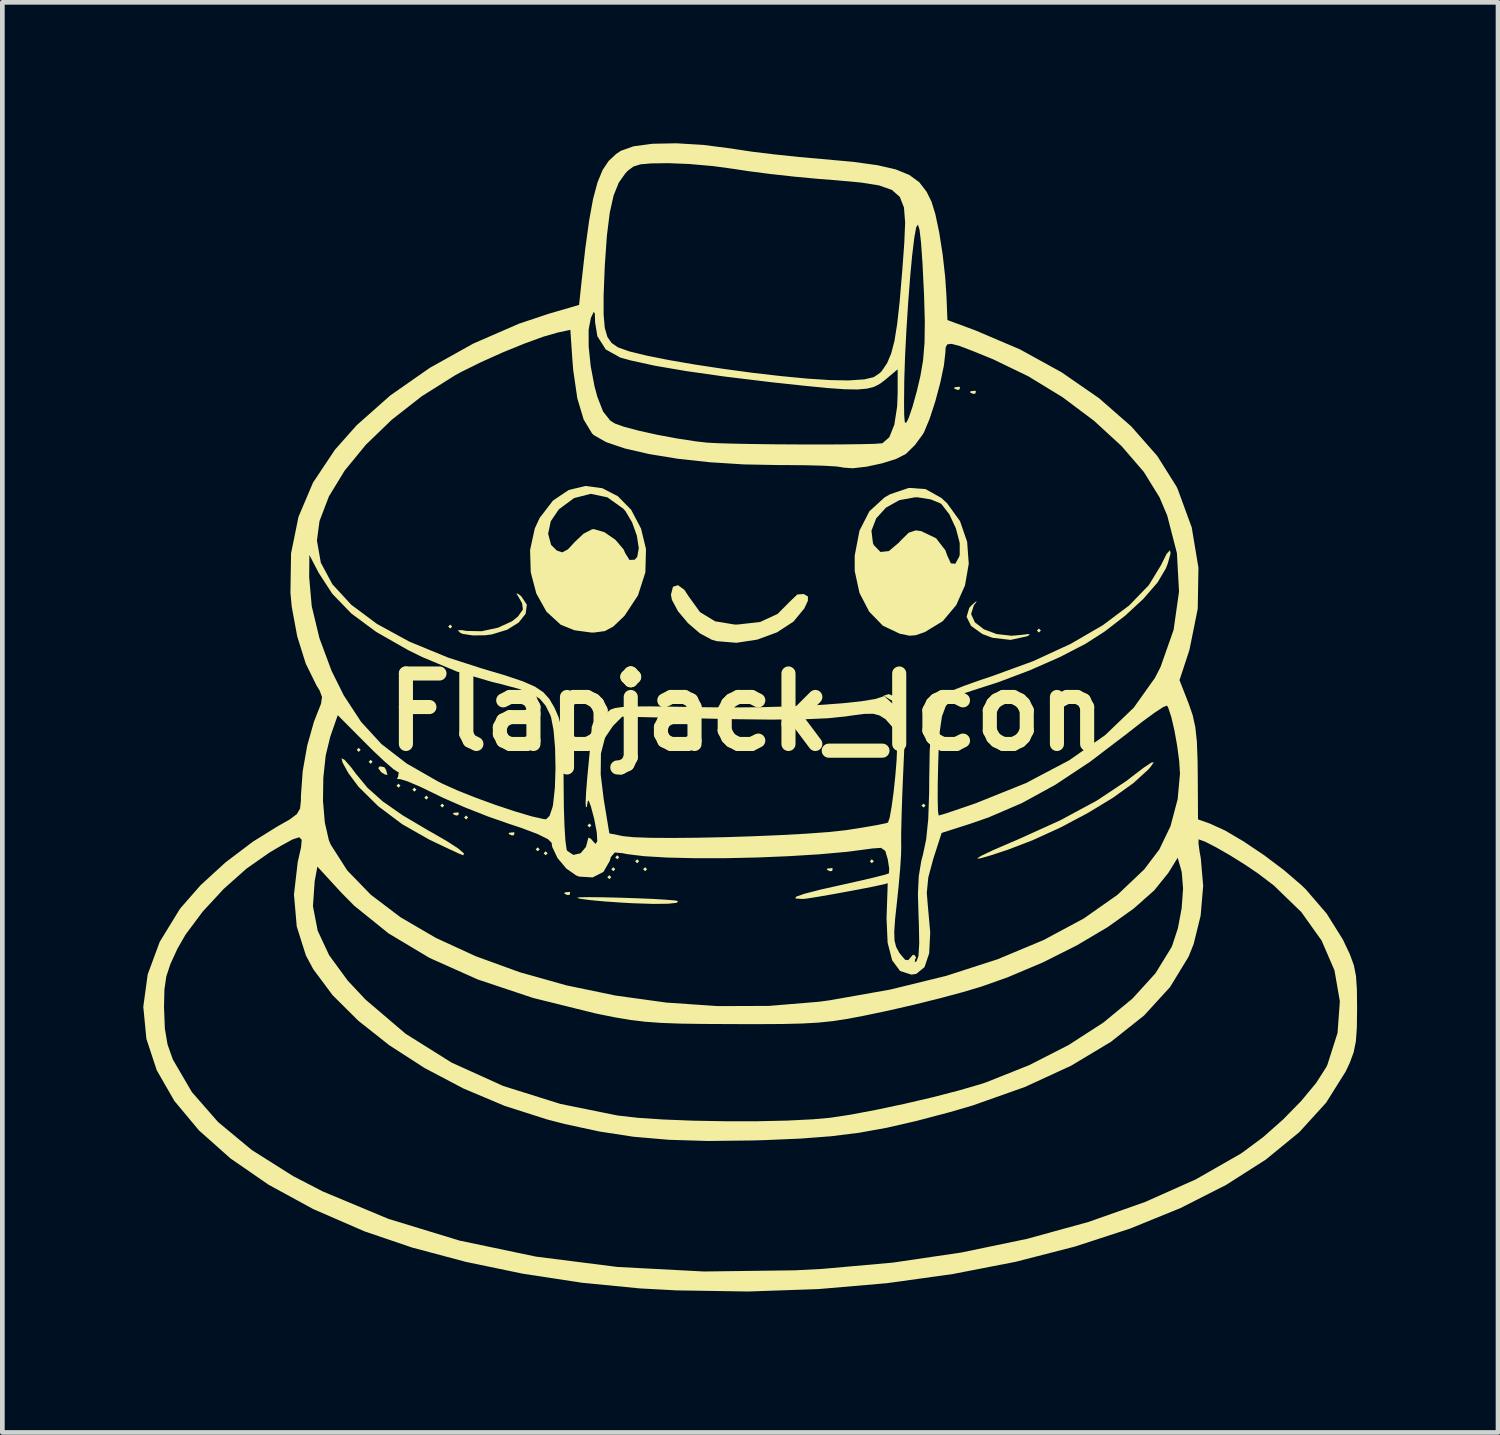
<source format=kicad_pcb>
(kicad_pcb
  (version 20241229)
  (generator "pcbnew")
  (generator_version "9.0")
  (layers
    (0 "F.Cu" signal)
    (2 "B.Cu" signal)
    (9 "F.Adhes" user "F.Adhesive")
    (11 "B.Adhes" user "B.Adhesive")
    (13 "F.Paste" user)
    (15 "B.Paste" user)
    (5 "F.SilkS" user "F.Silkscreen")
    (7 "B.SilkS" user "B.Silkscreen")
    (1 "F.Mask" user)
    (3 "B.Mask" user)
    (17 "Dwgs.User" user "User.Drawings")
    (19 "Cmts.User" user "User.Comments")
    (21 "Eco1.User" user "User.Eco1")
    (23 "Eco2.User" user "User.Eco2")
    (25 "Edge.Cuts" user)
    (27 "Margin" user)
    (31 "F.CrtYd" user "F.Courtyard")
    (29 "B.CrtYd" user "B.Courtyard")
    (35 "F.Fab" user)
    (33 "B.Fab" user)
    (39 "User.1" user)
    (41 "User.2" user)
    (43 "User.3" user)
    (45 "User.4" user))
  (footprint "Flapjack_Icon"
    (layer "F.Cu")
    (at 12.84 12.107)
    (property "Reference" "Flapjack_Icon" (at 0 0 0) (layer "F.SilkS") (effects (font (size 1.5 1.5) (thickness 0.3))))
    (attr board_only exclude_from_pos_files exclude_from_bom)
    (fp_poly (pts (xy -8.213 0.804) (xy -8.255 0.847) (xy -8.297 0.804) (xy -8.255 0.762)) (stroke (width 0) (type solid)) (fill yes) (layer "F.SilkS"))
    (fp_poly (pts (xy -7.959 1.058) (xy -8.001 1.101) (xy -8.043 1.058) (xy -8.001 1.016)) (stroke (width 0) (type solid)) (fill yes) (layer "F.SilkS"))
    (fp_poly (pts (xy -7.366 1.566) (xy -7.408 1.609) (xy -7.451 1.566) (xy -7.408 1.524)) (stroke (width 0) (type solid)) (fill yes) (layer "F.SilkS"))
    (fp_poly (pts (xy -7.027 1.651) (xy -7.07 1.693) (xy -7.112 1.651) (xy -7.07 1.609)) (stroke (width 0) (type solid)) (fill yes) (layer "F.SilkS"))
    (fp_poly (pts (xy -6.773 1.82) (xy -6.816 1.863) (xy -6.858 1.82) (xy -6.816 1.778)) (stroke (width 0) (type solid)) (fill yes) (layer "F.SilkS"))
    (fp_poly (pts (xy -6.435 1.99) (xy -6.477 2.032) (xy -6.519 1.99) (xy -6.477 1.947)) (stroke (width 0) (type solid)) (fill yes) (layer "F.SilkS"))
    (fp_poly (pts (xy -6.265 -1.82) (xy -6.308 -1.778) (xy -6.35 -1.82) (xy -6.308 -1.863)) (stroke (width 0) (type solid)) (fill yes) (layer "F.SilkS"))
    (fp_poly (pts (xy -5.927 2.244) (xy -5.969 2.286) (xy -6.011 2.244) (xy -5.969 2.201)) (stroke (width 0) (type solid)) (fill yes) (layer "F.SilkS"))
    (fp_poly (pts (xy -4.403 2.921) (xy -4.445 2.963) (xy -4.487 2.921) (xy -4.445 2.879)) (stroke (width 0) (type solid)) (fill yes) (layer "F.SilkS"))
    (fp_poly (pts (xy -4.233 3.006) (xy -4.276 3.048) (xy -4.318 3.006) (xy -4.276 2.963)) (stroke (width 0) (type solid)) (fill yes) (layer "F.SilkS"))
    (fp_poly (pts (xy -3.302 2.413) (xy -3.344 2.455) (xy -3.387 2.413) (xy -3.344 2.371)) (stroke (width 0) (type solid)) (fill yes) (layer "F.SilkS"))
    (fp_poly (pts (xy -2.879 3.514) (xy -2.921 3.556) (xy -2.963 3.514) (xy -2.921 3.471)) (stroke (width 0) (type solid)) (fill yes) (layer "F.SilkS"))
    (fp_poly (pts (xy -2.794 3.344) (xy -2.836 3.387) (xy -2.879 3.344) (xy -2.836 3.302)) (stroke (width 0) (type solid)) (fill yes) (layer "F.SilkS"))
    (fp_poly (pts (xy -2.709 3.09) (xy -2.752 3.133) (xy -2.794 3.09) (xy -2.752 3.048)) (stroke (width 0) (type solid)) (fill yes) (layer "F.SilkS"))
    (fp_poly (pts (xy -2.286 3.175) (xy -2.328 3.217) (xy -2.371 3.175) (xy -2.328 3.133)) (stroke (width 0) (type solid)) (fill yes) (layer "F.SilkS"))
    (fp_poly (pts (xy -2.117 3.344) (xy -2.159 3.387) (xy -2.201 3.344) (xy -2.159 3.302)) (stroke (width 0) (type solid)) (fill yes) (layer "F.SilkS"))
    (fp_poly (pts (xy 2.709 3.175) (xy 2.667 3.217) (xy 2.625 3.175) (xy 2.667 3.133)) (stroke (width 0) (type solid)) (fill yes) (layer "F.SilkS"))
    (fp_poly (pts (xy 3.81 1.99) (xy 3.768 2.032) (xy 3.725 1.99) (xy 3.768 1.947)) (stroke (width 0) (type solid)) (fill yes) (layer "F.SilkS"))
    (fp_poly (pts (xy 6.265 -1.736) (xy 6.223 -1.693) (xy 6.181 -1.736) (xy 6.223 -1.778)) (stroke (width 0) (type solid)) (fill yes) (layer "F.SilkS"))
    (fp_poly (pts (xy -6.124 2.145) (xy -6.136 2.195) (xy -6.181 2.201) (xy -6.25 2.17) (xy -6.237 2.145) (xy -6.137 2.135)) (stroke (width 0) (type solid)) (fill yes) (layer "F.SilkS"))
    (fp_poly (pts (xy -4.939 2.568) (xy -4.951 2.619) (xy -4.995 2.625) (xy -5.065 2.594) (xy -5.052 2.568) (xy -4.951 2.558)) (stroke (width 0) (type solid)) (fill yes) (layer "F.SilkS"))
    (fp_poly (pts (xy -3.754 3.838) (xy -3.765 3.889) (xy -3.81 3.895) (xy -3.88 3.864) (xy -3.866 3.838) (xy -3.766 3.828)) (stroke (width 0) (type solid)) (fill yes) (layer "F.SilkS"))
    (fp_poly (pts (xy 1.834 3.33) (xy 1.823 3.381) (xy 1.778 3.387) (xy 1.708 3.356) (xy 1.722 3.33) (xy 1.822 3.32)) (stroke (width 0) (type solid)) (fill yes) (layer "F.SilkS"))
    (fp_poly (pts (xy 4.544 -6.914) (xy 4.532 -6.864) (xy 4.487 -6.858) (xy 4.418 -6.889) (xy 4.431 -6.914) (xy 4.531 -6.925)) (stroke (width 0) (type solid)) (fill yes) (layer "F.SilkS"))
    (fp_poly (pts (xy 4.882 -6.83) (xy 4.871 -6.779) (xy 4.826 -6.773) (xy 4.756 -6.804) (xy 4.77 -6.83) (xy 4.87 -6.84)) (stroke (width 0) (type solid)) (fill yes) (layer "F.SilkS"))
    (fp_poly (pts (xy -7.71 1.172) (xy -7.674 1.228) (xy -7.642 1.337) (xy -7.7 1.327) (xy -7.777 1.279) (xy -7.839 1.192) (xy -7.807 1.154)) (stroke (width 0) (type solid)) (fill yes) (layer "F.SilkS"))
    (fp_poly (pts (xy 3.075 -0.363) (xy 3.219 -0.302) (xy 3.253 -0.298) (xy 3.344 -0.228) (xy 3.372 -0.172) (xy 3.372 -0.105) (xy 3.28 -0.133) (xy 3.167 -0.199) (xy 2.924 -0.347) (xy 2.929 -0.352) (xy 3.028 -0.383)) (stroke (width 0) (type solid)) (fill yes) (layer "F.SilkS"))
    (fp_poly (pts (xy -3.064 3.942) (xy -2.719 3.95) (xy -2.355 3.962) (xy -2.009 3.976) (xy -1.719 3.993) (xy -1.522 4.009) (xy -1.457 4.023) (xy -1.484 4.059) (xy -1.663 4.079) (xy -1.977 4.083) (xy -2.411 4.069) (xy -2.648 4.056) (xy -3.025 4.03) (xy -3.335 4.001) (xy -3.543 3.973) (xy -3.61 3.953) (xy -3.547 3.942) (xy -3.353 3.939)) (stroke (width 0) (type solid)) (fill yes) (layer "F.SilkS"))
    (fp_poly (pts (xy 4.888 -2.34) (xy 4.837 -2.27) (xy 4.78 -2.086) (xy 4.861 -1.91) (xy 5.052 -1.762) (xy 5.322 -1.661) (xy 5.641 -1.625) (xy 5.826 -1.641) (xy 6.005 -1.662) (xy 6.027 -1.643) (xy 5.969 -1.613) (xy 5.62 -1.537) (xy 5.232 -1.582) (xy 5.019 -1.662) (xy 4.78 -1.834) (xy 4.684 -2.028) (xy 4.741 -2.219) (xy 4.791 -2.274) (xy 4.896 -2.366)) (stroke (width 0) (type solid)) (fill yes) (layer "F.SilkS"))
    (fp_poly (pts (xy -4.793 -2.463) (xy -4.676 -2.285) (xy -4.702 -2.092) (xy -4.849 -1.907) (xy -5.095 -1.753) (xy -5.419 -1.654) (xy -5.561 -1.635) (xy -5.829 -1.632) (xy -6.038 -1.664) (xy -6.096 -1.689) (xy -6.146 -1.743) (xy -6.054 -1.744) (xy -5.963 -1.728) (xy -5.64 -1.721) (xy -5.292 -1.796) (xy -4.991 -1.933) (xy -4.864 -2.036) (xy -4.76 -2.184) (xy -4.777 -2.316) (xy -4.822 -2.397) (xy -4.895 -2.522) (xy -4.868 -2.522)) (stroke (width 0) (type solid)) (fill yes) (layer "F.SilkS"))
    (fp_poly (pts (xy 8.596 1.172) (xy 8.551 1.223) (xy 8.237 1.509) (xy 7.798 1.824) (xy 7.269 2.145) (xy 6.687 2.454) (xy 6.088 2.728) (xy 5.552 2.933) (xy 5.181 3.055) (xy 4.966 3.115) (xy 4.906 3.115) (xy 4.999 3.057) (xy 5.243 2.941) (xy 5.638 2.77) (xy 5.757 2.72) (xy 6.68 2.302) (xy 7.459 1.882) (xy 8.082 1.468) (xy 8.17 1.4) (xy 8.451 1.185) (xy 8.619 1.074) (xy 8.668 1.069)) (stroke (width 0) (type solid)) (fill yes) (layer "F.SilkS"))
    (fp_poly (pts (xy -8.557 1.015) (xy -8.42 1.171) (xy -8.317 1.31) (xy -8.066 1.613) (xy -7.741 1.903) (xy -7.314 2.201) (xy -6.757 2.53) (xy -6.71 2.555) (xy -6.371 2.751) (xy -6.133 2.906) (xy -6.014 3.009) (xy -6.029 3.048) (xy -6.032 3.048) (xy -6.117 3.014) (xy -6.318 2.921) (xy -6.599 2.788) (xy -6.757 2.712) (xy -7.327 2.388) (xy -7.841 2.002) (xy -8.26 1.588) (xy -8.477 1.296) (xy -8.598 1.076) (xy -8.621 0.983)) (stroke (width 0) (type solid)) (fill yes) (layer "F.SilkS"))
    (fp_poly (pts (xy -1.323 -2.602) (xy -1.232 -2.463) (xy -0.99 -2.128) (xy -0.671 -1.933) (xy -0.251 -1.863) (xy -0.196 -1.863) (xy 0.289 -1.918) (xy 0.662 -2.09) (xy 0.91 -2.34) (xy 1.08 -2.503) (xy 1.218 -2.513) (xy 1.307 -2.46) (xy 1.306 -2.369) (xy 1.23 -2.206) (xy 0.998 -1.925) (xy 0.649 -1.698) (xy 0.229 -1.543) (xy -0.215 -1.475) (xy -0.635 -1.51) (xy -0.742 -1.541) (xy -0.994 -1.677) (xy -1.246 -1.894) (xy -1.459 -2.147) (xy -1.588 -2.388) (xy -1.609 -2.498) (xy -1.566 -2.667) (xy -1.459 -2.701)) (stroke (width 0) (type solid)) (fill yes) (layer "F.SilkS"))
    (fp_poly (pts (xy -3.071 -4.766) (xy -2.739 -4.595) (xy -2.455 -4.305) (xy -2.245 -3.905) (xy -2.14 -3.472) (xy -2.153 -2.975) (xy -2.31 -2.485) (xy -2.592 -2.057) (xy -2.626 -2.021) (xy -2.836 -1.821) (xy -3.016 -1.724) (xy -3.239 -1.694) (xy -3.31 -1.694) (xy -3.665 -1.742) (xy -3.955 -1.86) (xy -4.259 -2.138) (xy -4.474 -2.524) (xy -4.593 -2.975) (xy -4.607 -3.45) (xy -4.532 -3.795) (xy -4.223 -3.795) (xy -4.16 -3.56) (xy -4.038 -3.438) (xy -3.921 -3.4) (xy -3.802 -3.463) (xy -3.657 -3.62) (xy -3.471 -3.796) (xy -3.29 -3.89) (xy -3.25 -3.895) (xy -3.025 -3.829) (xy -2.79 -3.667) (xy -2.617 -3.463) (xy -2.582 -3.384) (xy -2.491 -3.238) (xy -2.379 -3.244) (xy -2.326 -3.305) (xy -2.293 -3.491) (xy -2.335 -3.757) (xy -2.436 -4.039) (xy -2.577 -4.277) (xy -2.624 -4.33) (xy -2.961 -4.571) (xy -3.315 -4.646) (xy -3.671 -4.555) (xy -3.996 -4.315) (xy -4.167 -4.062) (xy -4.223 -3.795) (xy -4.532 -3.795) (xy -4.507 -3.908) (xy -4.404 -4.132) (xy -4.119 -4.503) (xy -3.785 -4.727) (xy -3.428 -4.813)) (stroke (width 0) (type solid)) (fill yes) (layer "F.SilkS"))
    (fp_poly (pts (xy 3.81 -4.747) (xy 4.145 -4.559) (xy 4.267 -4.448) (xy 4.544 -4.065) (xy 4.696 -3.624) (xy 4.73 -3.156) (xy 4.65 -2.696) (xy 4.464 -2.278) (xy 4.177 -1.936) (xy 3.795 -1.703) (xy 3.783 -1.699) (xy 3.602 -1.636) (xy 3.47 -1.626) (xy 3.288 -1.663) (xy 3.26 -1.669) (xy 2.901 -1.839) (xy 2.61 -2.139) (xy 2.404 -2.537) (xy 2.303 -3.002) (xy 2.302 -3.329) (xy 2.404 -3.86) (xy 2.659 -3.86) (xy 2.691 -3.595) (xy 2.71 -3.554) (xy 2.851 -3.408) (xy 3.029 -3.427) (xy 3.245 -3.609) (xy 3.278 -3.647) (xy 3.45 -3.817) (xy 3.603 -3.868) (xy 3.717 -3.852) (xy 4.036 -3.699) (xy 4.234 -3.442) (xy 4.27 -3.338) (xy 4.349 -3.166) (xy 4.444 -3.157) (xy 4.528 -3.311) (xy 4.538 -3.348) (xy 4.538 -3.6) (xy 4.456 -3.911) (xy 4.318 -4.208) (xy 4.153 -4.422) (xy 4.123 -4.445) (xy 3.922 -4.527) (xy 3.652 -4.57) (xy 3.586 -4.572) (xy 3.252 -4.511) (xy 2.967 -4.351) (xy 2.76 -4.123) (xy 2.659 -3.86) (xy 2.404 -3.86) (xy 2.405 -3.864) (xy 2.616 -4.275) (xy 2.94 -4.571) (xy 3.057 -4.637) (xy 3.455 -4.772)) (stroke (width 0) (type solid)) (fill yes) (layer "F.SilkS"))
    (fp_poly (pts (xy -0.924 -12.073) (xy -0.312 -11.994) (xy -0.254 -11.984) (xy 0.12 -11.928) (xy 0.599 -11.87) (xy 1.123 -11.815) (xy 1.609 -11.772) (xy 2.27 -11.712) (xy 2.785 -11.641) (xy 3.176 -11.551) (xy 3.465 -11.433) (xy 3.677 -11.278) (xy 3.832 -11.077) (xy 3.937 -10.866) (xy 4.021 -10.592) (xy 4.103 -10.2) (xy 4.175 -9.737) (xy 4.229 -9.255) (xy 4.256 -8.85) (xy 4.276 -8.345) (xy 4.868 -8.126) (xy 5.823 -7.719) (xy 6.707 -7.232) (xy 7.501 -6.683) (xy 8.186 -6.084) (xy 8.742 -5.453) (xy 9.15 -4.804) (xy 9.177 -4.748) (xy 9.476 -3.932) (xy 9.619 -3.074) (xy 9.604 -2.199) (xy 9.43 -1.335) (xy 9.39 -1.208) (xy 9.216 -0.68) (xy 9.407 -0.192) (xy 9.496 0.064) (xy 9.553 0.322) (xy 9.586 0.631) (xy 9.601 1.039) (xy 9.604 1.29) (xy 9.61 2.284) (xy 9.858 2.371) (xy 10.183 2.519) (xy 10.584 2.755) (xy 11.018 3.047) (xy 11.441 3.365) (xy 11.807 3.68) (xy 11.904 3.773) (xy 12.348 4.289) (xy 12.691 4.838) (xy 12.709 4.874) (xy 12.843 5.157) (xy 12.927 5.387) (xy 12.973 5.619) (xy 12.992 5.909) (xy 12.996 6.306) (xy 12.991 6.716) (xy 12.97 7.01) (xy 12.923 7.241) (xy 12.84 7.465) (xy 12.754 7.649) (xy 12.337 8.314) (xy 11.766 8.941) (xy 11.052 9.526) (xy 10.206 10.065) (xy 9.239 10.556) (xy 8.163 10.994) (xy 6.988 11.377) (xy 5.727 11.701) (xy 4.39 11.961) (xy 2.988 12.156) (xy 1.533 12.281) (xy 0.037 12.333) (xy -1.491 12.309) (xy -2.271 12.267) (xy -3.507 12.146) (xy -4.757 11.955) (xy -5.976 11.702) (xy -7.119 11.397) (xy -8.13 11.053) (xy -9.22 10.58) (xy -10.172 10.061) (xy -10.985 9.5) (xy -11.655 8.904) (xy -12.178 8.277) (xy -12.553 7.625) (xy -12.774 6.955) (xy -12.84 6.272) (xy -12.839 6.264) (xy -12.399 6.264) (xy -12.398 6.304) (xy -12.381 6.738) (xy -12.324 7.074) (xy -12.217 7.378) (xy -12.203 7.408) (xy -11.805 8.089) (xy -11.248 8.726) (xy -10.531 9.321) (xy -9.652 9.876) (xy -9.018 10.204) (xy -7.622 10.787) (xy -6.109 11.249) (xy -4.484 11.59) (xy -2.75 11.81) (xy -0.91 11.907) (xy 1.031 11.882) (xy 1.609 11.852) (xy 3.114 11.718) (xy 4.573 11.503) (xy 5.967 11.213) (xy 7.276 10.853) (xy 8.482 10.428) (xy 9.565 9.945) (xy 10.506 9.407) (xy 10.567 9.366) (xy 10.994 9.049) (xy 11.418 8.674) (xy 11.807 8.277) (xy 12.125 7.893) (xy 12.34 7.557) (xy 12.365 7.504) (xy 12.58 6.828) (xy 12.629 6.156) (xy 12.515 5.498) (xy 12.24 4.862) (xy 11.809 4.257) (xy 11.223 3.69) (xy 10.884 3.432) (xy 10.597 3.239) (xy 10.289 3.047) (xy 9.998 2.88) (xy 9.765 2.76) (xy 9.63 2.71) (xy 9.624 2.709) (xy 9.619 2.784) (xy 9.644 2.973) (xy 9.669 3.111) (xy 9.72 3.697) (xy 9.666 4.331) (xy 9.518 4.935) (xy 9.409 5.207) (xy 9.015 5.853) (xy 8.462 6.458) (xy 7.758 7.017) (xy 6.91 7.526) (xy 5.924 7.98) (xy 4.808 8.375) (xy 4.328 8.515) (xy 3.611 8.704) (xy 2.983 8.848) (xy 2.397 8.954) (xy 1.802 9.028) (xy 1.151 9.078) (xy 0.395 9.11) (xy 0.127 9.118) (xy -0.822 9.129) (xy -1.651 9.104) (xy -2.404 9.039) (xy -3.128 8.928) (xy -3.868 8.768) (xy -4.243 8.671) (xy -5.148 8.382) (xy -6.023 8.013) (xy -6.849 7.578) (xy -7.603 7.092) (xy -8.264 6.569) (xy -8.811 6.025) (xy -9.222 5.473) (xy -9.378 5.182) (xy -9.574 4.563) (xy -9.611 4.133) (xy -9.229 4.133) (xy -9.128 4.653) (xy -8.884 5.175) (xy -8.489 5.715) (xy -8.11 6.119) (xy -7.256 6.847) (xy -6.279 7.46) (xy -5.18 7.958) (xy -3.963 8.34) (xy -2.743 8.587) (xy -2.319 8.635) (xy -1.768 8.672) (xy -1.132 8.697) (xy -0.453 8.709) (xy 0.227 8.709) (xy 0.865 8.695) (xy 1.421 8.667) (xy 1.78 8.635) (xy 2.22 8.568) (xy 2.764 8.465) (xy 3.362 8.338) (xy 3.963 8.198) (xy 4.516 8.055) (xy 4.971 7.923) (xy 5.101 7.88) (xy 6.019 7.514) (xy 6.856 7.086) (xy 7.594 6.61) (xy 8.216 6.097) (xy 8.704 5.56) (xy 9.041 5.013) (xy 9.061 4.969) (xy 9.182 4.601) (xy 9.262 4.174) (xy 9.292 3.755) (xy 9.264 3.41) (xy 9.249 3.35) (xy 9.177 3.101) (xy 8.979 3.421) (xy 8.681 3.792) (xy 8.24 4.183) (xy 7.683 4.579) (xy 7.033 4.964) (xy 6.315 5.325) (xy 5.553 5.647) (xy 4.995 5.844) (xy 4.607 5.96) (xy 4.11 6.093) (xy 3.564 6.229) (xy 3.027 6.352) (xy 2.921 6.375) (xy 2.498 6.463) (xy 2.148 6.53) (xy 1.835 6.578) (xy 1.523 6.61) (xy 1.176 6.629) (xy 0.758 6.639) (xy 0.234 6.642) (xy -0.254 6.641) (xy -0.897 6.638) (xy -1.405 6.631) (xy -1.813 6.616) (xy -2.156 6.591) (xy -2.469 6.553) (xy -2.786 6.5) (xy -3.142 6.429) (xy -3.222 6.412) (xy -4.549 6.083) (xy -5.721 5.691) (xy -6.744 5.234) (xy -7.619 4.711) (xy -8.352 4.12) (xy -8.631 3.837) (xy -9.134 3.289) (xy -9.192 3.598) (xy -9.229 4.133) (xy -9.611 4.133) (xy -9.633 3.885) (xy -9.553 3.191) (xy -9.543 3.149) (xy -9.482 2.878) (xy -9.468 2.719) (xy -9.521 2.664) (xy -9.663 2.71) (xy -9.916 2.849) (xy -10.153 2.989) (xy -10.639 3.329) (xy -11.128 3.763) (xy -11.575 4.246) (xy -11.939 4.734) (xy -12.112 5.034) (xy -12.263 5.362) (xy -12.35 5.626) (xy -12.39 5.902) (xy -12.399 6.264) (xy -12.839 6.264) (xy -12.746 5.582) (xy -12.49 4.89) (xy -12.068 4.201) (xy -12.04 4.164) (xy -11.621 3.685) (xy -11.092 3.201) (xy -10.507 2.758) (xy -9.987 2.435) (xy -9.721 2.284) (xy -9.571 2.171) (xy -9.503 2.052) (xy -9.486 1.892) (xy -9.015 1.892) (xy -8.976 2.352) (xy -8.891 2.723) (xy -8.852 2.818) (xy -8.501 3.368) (xy -7.999 3.886) (xy -7.365 4.367) (xy -6.613 4.806) (xy -5.763 5.197) (xy -4.83 5.536) (xy -3.832 5.817) (xy -2.785 6.034) (xy -1.707 6.183) (xy -0.615 6.258) (xy 0.475 6.254) (xy 1.545 6.165) (xy 1.767 6.135) (xy 3.055 5.907) (xy 4.251 5.614) (xy 5.344 5.261) (xy 6.323 4.852) (xy 7.177 4.394) (xy 7.895 3.89) (xy 8.466 3.347) (xy 8.786 2.924) (xy 9.024 2.429) (xy 9.177 1.852) (xy 9.226 1.312) (xy 9.21 1.046) (xy 9.167 0.722) (xy 9.108 0.391) (xy 9.041 0.104) (xy 8.977 -0.091) (xy 8.949 -0.139) (xy 8.869 -0.107) (xy 8.686 0.013) (xy 8.426 0.203) (xy 8.117 0.444) (xy 8.113 0.448) (xy 7.31 1.059) (xy 6.57 1.549) (xy 5.861 1.937) (xy 5.149 2.243) (xy 4.765 2.376) (xy 4.153 2.572) (xy 3.976 3.121) (xy 3.869 3.518) (xy 3.837 3.847) (xy 3.857 4.097) (xy 3.91 4.689) (xy 3.888 5.134) (xy 3.789 5.428) (xy 3.614 5.572) (xy 3.509 5.588) (xy 3.269 5.511) (xy 3.1 5.284) (xy 3.003 4.908) (xy 2.98 4.388) (xy 2.982 4.339) (xy 2.993 4.019) (xy 3.001 3.777) (xy 3.005 3.651) (xy 3.006 3.642) (xy 2.929 3.664) (xy 2.727 3.708) (xy 2.44 3.765) (xy 2.11 3.827) (xy 1.778 3.887) (xy 1.486 3.937) (xy 1.274 3.97) (xy 1.192 3.978) (xy 1.04 3.967) (xy 1.053 3.93) (xy 1.232 3.867) (xy 1.577 3.778) (xy 2.041 3.674) (xy 2.421 3.589) (xy 2.735 3.515) (xy 2.95 3.46) (xy 3.03 3.433) (xy 3.037 3.336) (xy 3.008 3.145) (xy 3.005 3.129) (xy 2.953 2.954) (xy 2.863 2.89) (xy 2.676 2.903) (xy 2.637 2.909) (xy 2.14 2.974) (xy 1.55 3.027) (xy 0.899 3.067) (xy 0.218 3.095) (xy -0.462 3.11) (xy -1.11 3.11) (xy -1.693 3.096) (xy -2.182 3.067) (xy -2.544 3.023) (xy -2.635 3.004) (xy -2.804 2.988) (xy -2.887 3.085) (xy -2.912 3.17) (xy -3.046 3.402) (xy -3.276 3.519) (xy -3.558 3.502) (xy -3.621 3.48) (xy -3.835 3.331) (xy -4.024 3.105) (xy -4.137 2.867) (xy -4.149 2.781) (xy -4.229 2.703) (xy -4.454 2.593) (xy -4.806 2.461) (xy -5.036 2.385) (xy -5.503 2.222) (xy -6.005 2.024) (xy -6.463 1.823) (xy -6.639 1.737) (xy -6.954 1.585) (xy -7.212 1.476) (xy -7.377 1.425) (xy -7.416 1.427) (xy -7.439 1.421) (xy -7.417 1.376) (xy -7.402 1.282) (xy -7.43 1.27) (xy -7.517 1.213) (xy -7.694 1.061) (xy -7.93 0.839) (xy -8.102 0.668) (xy -8.701 0.066) (xy -8.859 0.52) (xy -8.957 0.921) (xy -9.008 1.397) (xy -9.015 1.892) (xy -9.486 1.892) (xy -9.485 1.882) (xy -9.484 1.772) (xy -9.447 1.258) (xy -9.35 0.709) (xy -9.209 0.21) (xy -9.147 0.05) (xy -9.057 -0.177) (xy -9.036 -0.322) (xy -9.086 -0.457) (xy -9.153 -0.567) (xy -9.383 -1.034) (xy -9.564 -1.613) (xy -9.681 -2.247) (xy -9.708 -2.54) (xy -9.703 -2.871) (xy -9.309 -2.871) (xy -9.255 -2.255) (xy -9.091 -1.574) (xy -8.833 -0.879) (xy -8.572 -0.354) (xy -8.204 0.208) (xy -7.77 0.681) (xy -7.235 1.094) (xy -6.568 1.476) (xy -6.477 1.522) (xy -6.152 1.668) (xy -5.757 1.825) (xy -5.334 1.979) (xy -4.925 2.115) (xy -4.574 2.219) (xy -4.321 2.276) (xy -4.266 2.281) (xy -4.193 2.21) (xy -4.13 2.027) (xy -4.118 1.968) (xy -4.079 1.608) (xy -4.066 1.19) (xy -4.075 0.767) (xy -4.107 0.391) (xy -4.159 0.116) (xy -4.178 0.061) (xy -4.275 -0.135) (xy -4.398 -0.281) (xy -4.58 -0.395) (xy -4.853 -0.496) (xy -5.249 -0.602) (xy -5.424 -0.644) (xy -6.159 -0.861) (xy -6.906 -1.173) (xy -7.2 -1.318) (xy -7.88 -1.705) (xy -8.411 -2.098) (xy -8.816 -2.517) (xy -9.106 -2.963) (xy -9.305 -3.344) (xy -9.309 -2.871) (xy -9.703 -2.871) (xy -9.695 -3.379) (xy -9.639 -3.652) (xy -9.144 -3.652) (xy -9.061 -3.179) (xy -8.815 -2.721) (xy -8.414 -2.285) (xy -7.865 -1.876) (xy -7.175 -1.499) (xy -6.349 -1.159) (xy -5.629 -0.927) (xy -5.127 -0.778) (xy -4.762 -0.655) (xy -4.504 -0.542) (xy -4.326 -0.423) (xy -4.199 -0.283) (xy -4.095 -0.106) (xy -4.073 -0.06) (xy -4.002 0.104) (xy -3.953 0.28) (xy -3.921 0.5) (xy -3.903 0.798) (xy -3.895 1.209) (xy -3.893 1.572) (xy -3.888 2.024) (xy -3.875 2.421) (xy -3.856 2.729) (xy -3.831 2.915) (xy -3.82 2.95) (xy -3.687 3.04) (xy -3.532 3.005) (xy -3.419 2.871) (xy -3.4 2.801) (xy -3.365 2.671) (xy -3.31 2.697) (xy -3.299 2.714) (xy -3.215 2.806) (xy -3.177 2.751) (xy -3.187 2.565) (xy -3.244 2.265) (xy -3.252 2.236) (xy -3.314 2.004) (xy -3.36 1.883) (xy -3.38 1.898) (xy -3.399 2.015) (xy -3.419 2.025) (xy -3.425 1.931) (xy -3.415 1.708) (xy -3.39 1.396) (xy -3.384 1.329) (xy -3.104 1.329) (xy -3.039 1.86) (xy -2.92 2.582) (xy -2.624 2.641) (xy -2.402 2.663) (xy -2.042 2.676) (xy -1.575 2.679) (xy -1.031 2.674) (xy -0.442 2.662) (xy 0.161 2.642) (xy 0.748 2.617) (xy 1.288 2.587) (xy 1.749 2.553) (xy 2.102 2.515) (xy 2.144 2.509) (xy 2.5 2.453) (xy 2.787 2.403) (xy 2.969 2.365) (xy 3.012 2.35) (xy 3.048 2.242) (xy 3.089 2.01) (xy 3.131 1.7) (xy 3.167 1.359) (xy 3.194 1.031) (xy 3.205 0.762) (xy 3.202 0.639) (xy 3.125 0.341) (xy 2.96 0.153) (xy 2.834 0.073) (xy 2.7 0.036) (xy 2.511 0.038) (xy 2.217 0.076) (xy 2.113 0.092) (xy 1.737 0.131) (xy 1.207 0.154) (xy 0.517 0.16) (xy -0.336 0.15) (xy -0.582 0.144) (xy -2.645 0.097) (xy -2.841 0.293) (xy -3.012 0.544) (xy -3.099 0.882) (xy -3.104 1.329) (xy -3.384 1.329) (xy -3.374 1.228) (xy -3.34 0.87) (xy -3.312 0.565) (xy -3.297 0.36) (xy -3.295 0.316) (xy -3.258 0.213) (xy -3.213 0.214) (xy -3.168 0.198) (xy -3.181 0.142) (xy -3.156 0.015) (xy -3.091 -0.03) (xy -2.996 -0.038) (xy -3.008 0.022) (xy -3.008 0.054) (xy -2.948 -0.009) (xy -2.893 -0.054) (xy -2.8 -0.086) (xy -2.645 -0.108) (xy -2.408 -0.119) (xy -2.066 -0.122) (xy -1.597 -0.116) (xy -1.018 -0.105) (xy -0.361 -0.098) (xy 0.295 -0.104) (xy 0.926 -0.121) (xy 1.51 -0.149) (xy 2.023 -0.186) (xy 2.442 -0.23) (xy 2.746 -0.28) (xy 2.91 -0.334) (xy 2.924 -0.347) (xy 3.155 -0.136) (xy 3.389 0.078) (xy 3.333 1.33) (xy 3.314 1.795) (xy 3.3 2.219) (xy 3.292 2.563) (xy 3.291 2.79) (xy 3.293 2.836) (xy 3.29 3.026) (xy 3.27 3.335) (xy 3.236 3.715) (xy 3.207 3.994) (xy 3.163 4.4) (xy 3.144 4.677) (xy 3.15 4.863) (xy 3.183 4.996) (xy 3.246 5.113) (xy 3.26 5.135) (xy 3.375 5.272) (xy 3.446 5.28) (xy 3.451 5.269) (xy 3.536 5.172) (xy 3.568 5.165) (xy 3.609 5.219) (xy 3.59 5.262) (xy 3.58 5.321) (xy 3.618 5.305) (xy 3.66 5.19) (xy 3.676 4.918) (xy 3.668 4.498) (xy 3.663 4.379) (xy 3.648 3.879) (xy 3.666 3.494) (xy 3.719 3.172) (xy 3.754 3.039) (xy 3.824 2.709) (xy 3.868 2.276) (xy 3.887 1.713) (xy 3.889 1.418) (xy 3.899 0.815) (xy 3.933 0.358) (xy 3.995 0.022) (xy 4.091 -0.215) (xy 4.223 -0.376) (xy 4.241 -0.39) (xy 4.369 -0.455) (xy 4.618 -0.554) (xy 4.949 -0.672) (xy 5.207 -0.758) (xy 6.103 -1.085) (xy 6.901 -1.453) (xy 7.586 -1.851) (xy 8.145 -2.27) (xy 8.563 -2.702) (xy 8.819 -3.122) (xy 8.939 -3.363) (xy 9.012 -3.445) (xy 9.026 -3.377) (xy 8.967 -3.165) (xy 8.927 -3.06) (xy 8.749 -2.759) (xy 8.45 -2.414) (xy 8.064 -2.056) (xy 7.623 -1.715) (xy 7.216 -1.454) (xy 6.674 -1.173) (xy 6.031 -0.89) (xy 5.353 -0.634) (xy 4.821 -0.463) (xy 4.559 -0.376) (xy 4.37 -0.273) (xy 4.241 -0.127) (xy 4.16 0.091) (xy 4.113 0.41) (xy 4.087 0.855) (xy 4.079 1.122) (xy 4.07 1.527) (xy 4.069 1.863) (xy 4.075 2.097) (xy 4.089 2.199) (xy 4.091 2.201) (xy 4.185 2.175) (xy 4.401 2.104) (xy 4.701 2.002) (xy 4.883 1.939) (xy 5.95 1.51) (xy 6.868 1.026) (xy 7.633 0.491) (xy 8.243 -0.095) (xy 8.693 -0.728) (xy 8.812 -0.959) (xy 9.09 -1.749) (xy 9.206 -2.564) (xy 9.161 -3.383) (xy 8.955 -4.183) (xy 8.79 -4.572) (xy 8.456 -5.113) (xy 7.982 -5.663) (xy 7.396 -6.201) (xy 6.726 -6.703) (xy 5.997 -7.148) (xy 5.239 -7.514) (xy 5.213 -7.524) (xy 4.808 -7.689) (xy 4.533 -7.793) (xy 4.364 -7.838) (xy 4.274 -7.828) (xy 4.239 -7.766) (xy 4.232 -7.655) (xy 4.232 -7.647) (xy 4.201 -7.376) (xy 4.124 -7.01) (xy 4.017 -6.61) (xy 3.896 -6.24) (xy 3.78 -5.961) (xy 3.755 -5.916) (xy 3.585 -5.684) (xy 3.392 -5.495) (xy 3.387 -5.491) (xy 3.18 -5.387) (xy 2.883 -5.294) (xy 2.557 -5.224) (xy 2.261 -5.19) (xy 2.057 -5.204) (xy 2.045 -5.209) (xy 1.913 -5.228) (xy 1.646 -5.244) (xy 1.28 -5.254) (xy 0.848 -5.258) (xy 0.69 -5.258) (xy -0.057 -5.272) (xy -0.783 -5.318) (xy -1.462 -5.392) (xy -2.072 -5.492) (xy -2.59 -5.611) (xy -2.99 -5.747) (xy -3.251 -5.896) (xy -3.288 -5.931) (xy -3.467 -6.228) (xy -3.602 -6.68) (xy -3.689 -7.279) (xy -3.705 -7.475) (xy -3.75 -8.136) (xy -4.013 -8.08) (xy -4.321 -7.992) (xy -4.73 -7.843) (xy -5.191 -7.655) (xy -5.654 -7.447) (xy -6.071 -7.241) (xy -6.201 -7.17) (xy -6.912 -6.723) (xy -7.551 -6.223) (xy -8.103 -5.69) (xy -8.554 -5.14) (xy -8.888 -4.593) (xy -9.089 -4.067) (xy -9.144 -3.652) (xy -9.639 -3.652) (xy -9.537 -4.155) (xy -9.228 -4.884) (xy -8.762 -5.583) (xy -8.297 -6.107) (xy -7.581 -6.741) (xy -6.74 -7.328) (xy -5.814 -7.845) (xy -5.142 -8.137) (xy -3.361 -8.137) (xy -3.36 -7.781) (xy -3.317 -7.363) (xy -3.235 -6.932) (xy -3.175 -6.71) (xy -3.053 -6.397) (xy -2.903 -6.207) (xy -2.806 -6.144) (xy -2.608 -6.073) (xy -2.29 -5.989) (xy -1.898 -5.902) (xy -1.479 -5.824) (xy -1.08 -5.763) (xy -0.847 -5.736) (xy -0.629 -5.724) (xy -0.295 -5.714) (xy 0.127 -5.706) (xy 0.604 -5.7) (xy 1.105 -5.697) (xy 1.599 -5.696) (xy 2.054 -5.698) (xy 2.441 -5.703) (xy 2.726 -5.71) (xy 2.88 -5.721) (xy 2.893 -5.723) (xy 3.039 -5.85) (xy 3.146 -6.118) (xy 3.206 -6.505) (xy 3.209 -6.582) (xy 3.353 -6.582) (xy 3.356 -6.315) (xy 3.368 -6.177) (xy 3.393 -6.151) (xy 3.432 -6.218) (xy 3.459 -6.281) (xy 3.536 -6.51) (xy 3.625 -6.832) (xy 3.701 -7.154) (xy 3.758 -7.49) (xy 3.789 -7.863) (xy 3.795 -8.316) (xy 3.778 -8.892) (xy 3.776 -8.932) (xy 3.746 -9.544) (xy 3.715 -9.988) (xy 3.683 -10.265) (xy 3.649 -10.376) (xy 3.612 -10.322) (xy 3.572 -10.104) (xy 3.526 -9.724) (xy 3.487 -9.313) (xy 3.443 -8.752) (xy 3.404 -8.147) (xy 3.374 -7.566) (xy 3.358 -7.074) (xy 3.357 -7) (xy 3.353 -6.582) (xy 3.209 -6.582) (xy 3.217 -6.793) (xy 3.217 -7.296) (xy 2.957 -7.077) (xy 2.842 -6.989) (xy 2.72 -6.925) (xy 2.567 -6.885) (xy 2.363 -6.867) (xy 2.083 -6.872) (xy 1.706 -6.899) (xy 1.21 -6.948) (xy 0.57 -7.017) (xy 0.466 -7.029) (xy -0.472 -7.143) (xy -1.282 -7.258) (xy -1.953 -7.373) (xy -2.473 -7.487) (xy -2.688 -7.547) (xy -2.996 -7.719) (xy -3.175 -8) (xy -3.223 -8.295) (xy -3.229 -8.461) (xy -3.042 -8.461) (xy -3.017 -8.177) (xy -2.961 -7.984) (xy -2.871 -7.856) (xy -2.742 -7.767) (xy -2.729 -7.761) (xy -2.5 -7.679) (xy -2.132 -7.589) (xy -1.656 -7.494) (xy -1.102 -7.398) (xy -0.501 -7.307) (xy 0.117 -7.223) (xy 0.723 -7.153) (xy 1.284 -7.099) (xy 1.772 -7.067) (xy 2.156 -7.06) (xy 2.191 -7.061) (xy 2.509 -7.082) (xy 2.709 -7.13) (xy 2.842 -7.22) (xy 2.888 -7.272) (xy 2.994 -7.431) (xy 3.079 -7.632) (xy 3.149 -7.902) (xy 3.207 -8.264) (xy 3.26 -8.743) (xy 3.312 -9.365) (xy 3.316 -9.412) (xy 3.358 -9.984) (xy 3.376 -10.42) (xy 3.351 -10.74) (xy 3.263 -10.965) (xy 3.093 -11.115) (xy 2.823 -11.21) (xy 2.434 -11.272) (xy 1.907 -11.32) (xy 1.524 -11.35) (xy 1.029 -11.396) (xy 0.511 -11.453) (xy 0.04 -11.514) (xy -0.254 -11.559) (xy -0.707 -11.621) (xy -1.213 -11.666) (xy -1.663 -11.684) (xy -1.676 -11.684) (xy -2.029 -11.679) (xy -2.258 -11.659) (xy -2.407 -11.612) (xy -2.522 -11.527) (xy -2.577 -11.47) (xy -2.719 -11.27) (xy -2.829 -10.997) (xy -2.911 -10.63) (xy -2.972 -10.143) (xy -3.016 -9.515) (xy -3.021 -9.403) (xy -3.042 -8.861) (xy -3.042 -8.461) (xy -3.229 -8.461) (xy -3.23 -8.484) (xy -3.251 -8.519) (xy -3.303 -8.413) (xy -3.315 -8.382) (xy -3.361 -8.137) (xy -5.142 -8.137) (xy -4.846 -8.266) (xy -4.216 -8.477) (xy -3.564 -8.667) (xy -3.514 -9.139) (xy -3.431 -9.876) (xy -3.35 -10.464) (xy -3.266 -10.924) (xy -3.172 -11.275) (xy -3.064 -11.538) (xy -2.934 -11.732) (xy -2.776 -11.879) (xy -2.677 -11.946) (xy -2.405 -12.043) (xy -2.002 -12.097) (xy -1.497 -12.107)) (stroke (width 0) (type solid)) (fill yes) (layer "F.SilkS")))
  (gr_rect
    (start -3 -3)
    (end 28.836 27.44)
    (stroke (width 0.1) (type default))
    (fill no)
    (layer "Edge.Cuts")))
</source>
